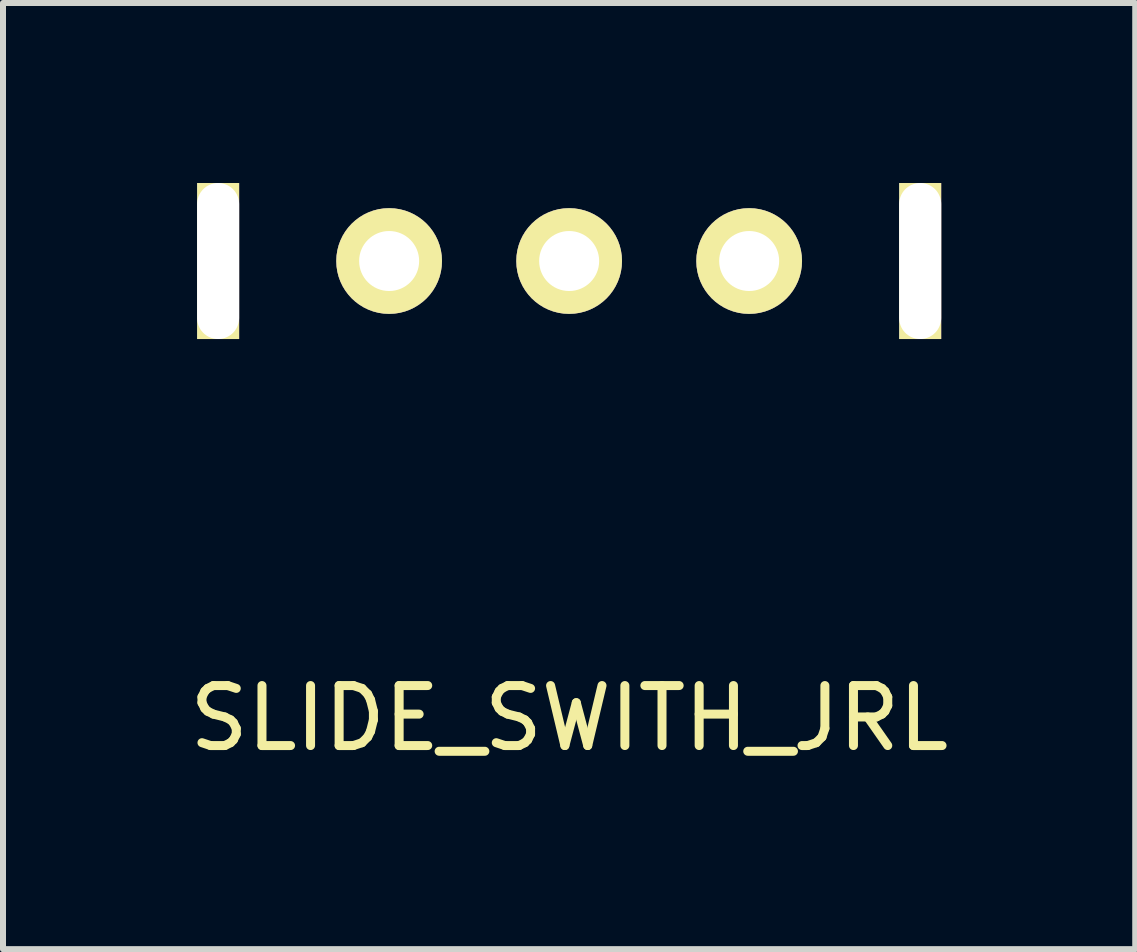
<source format=kicad_pcb>
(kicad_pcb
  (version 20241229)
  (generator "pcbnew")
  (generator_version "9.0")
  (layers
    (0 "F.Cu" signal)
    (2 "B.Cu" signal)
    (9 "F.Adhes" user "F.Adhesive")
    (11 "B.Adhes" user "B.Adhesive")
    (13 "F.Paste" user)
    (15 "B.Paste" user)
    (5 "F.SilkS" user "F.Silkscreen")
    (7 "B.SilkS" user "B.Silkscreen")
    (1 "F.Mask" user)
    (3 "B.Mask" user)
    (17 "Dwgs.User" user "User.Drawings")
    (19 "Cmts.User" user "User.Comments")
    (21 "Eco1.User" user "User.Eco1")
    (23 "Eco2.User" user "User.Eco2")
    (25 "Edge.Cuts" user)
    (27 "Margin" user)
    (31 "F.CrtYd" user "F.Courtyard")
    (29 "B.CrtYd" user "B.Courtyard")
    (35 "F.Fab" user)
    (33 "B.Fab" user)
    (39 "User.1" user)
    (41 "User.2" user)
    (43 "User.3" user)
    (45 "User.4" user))
  (footprint "SLIDE_SWITH_JRL"
    (layer "F.Cu")
    (at 6.435 1.3)
    (property "Reference" "SLIDE_SWITH_JRL" (at 0 7.62 0) (layer "F.SilkS") (effects (font (size 1 1) (thickness 0.15))))
    (attr through_hole)
    (pad "1" thru_hole circle (at -3 0) (size 1.762 1.762) (drill 1) (layers "*.Cu" "*.Mask" "F.SilkS"))
    (pad "2" thru_hole circle (at 0 0) (size 1.762 1.762) (drill 1) (layers "*.Cu" "*.Mask" "F.SilkS"))
    (pad "2" thru_hole rect (at 5.85 0) (size 0.7 2.6) (drill oval 0.7 2.6) (layers "*.Cu" "*.Mask" "F.SilkS"))
    (pad "3" thru_hole rect (at -5.85 0) (size 0.7 2.6) (drill oval 0.7 2.6) (layers "*.Cu" "*.Mask" "F.SilkS"))
    (pad "3" thru_hole circle (at 3 0) (size 1.762 1.762) (drill 1) (layers "*.Cu" "*.Mask" "F.SilkS")))
  (gr_rect
    (start -3 -3)
    (end 15.869 12.768)
    (stroke (width 0.1) (type default))
    (fill no)
    (layer "Edge.Cuts")))
</source>
